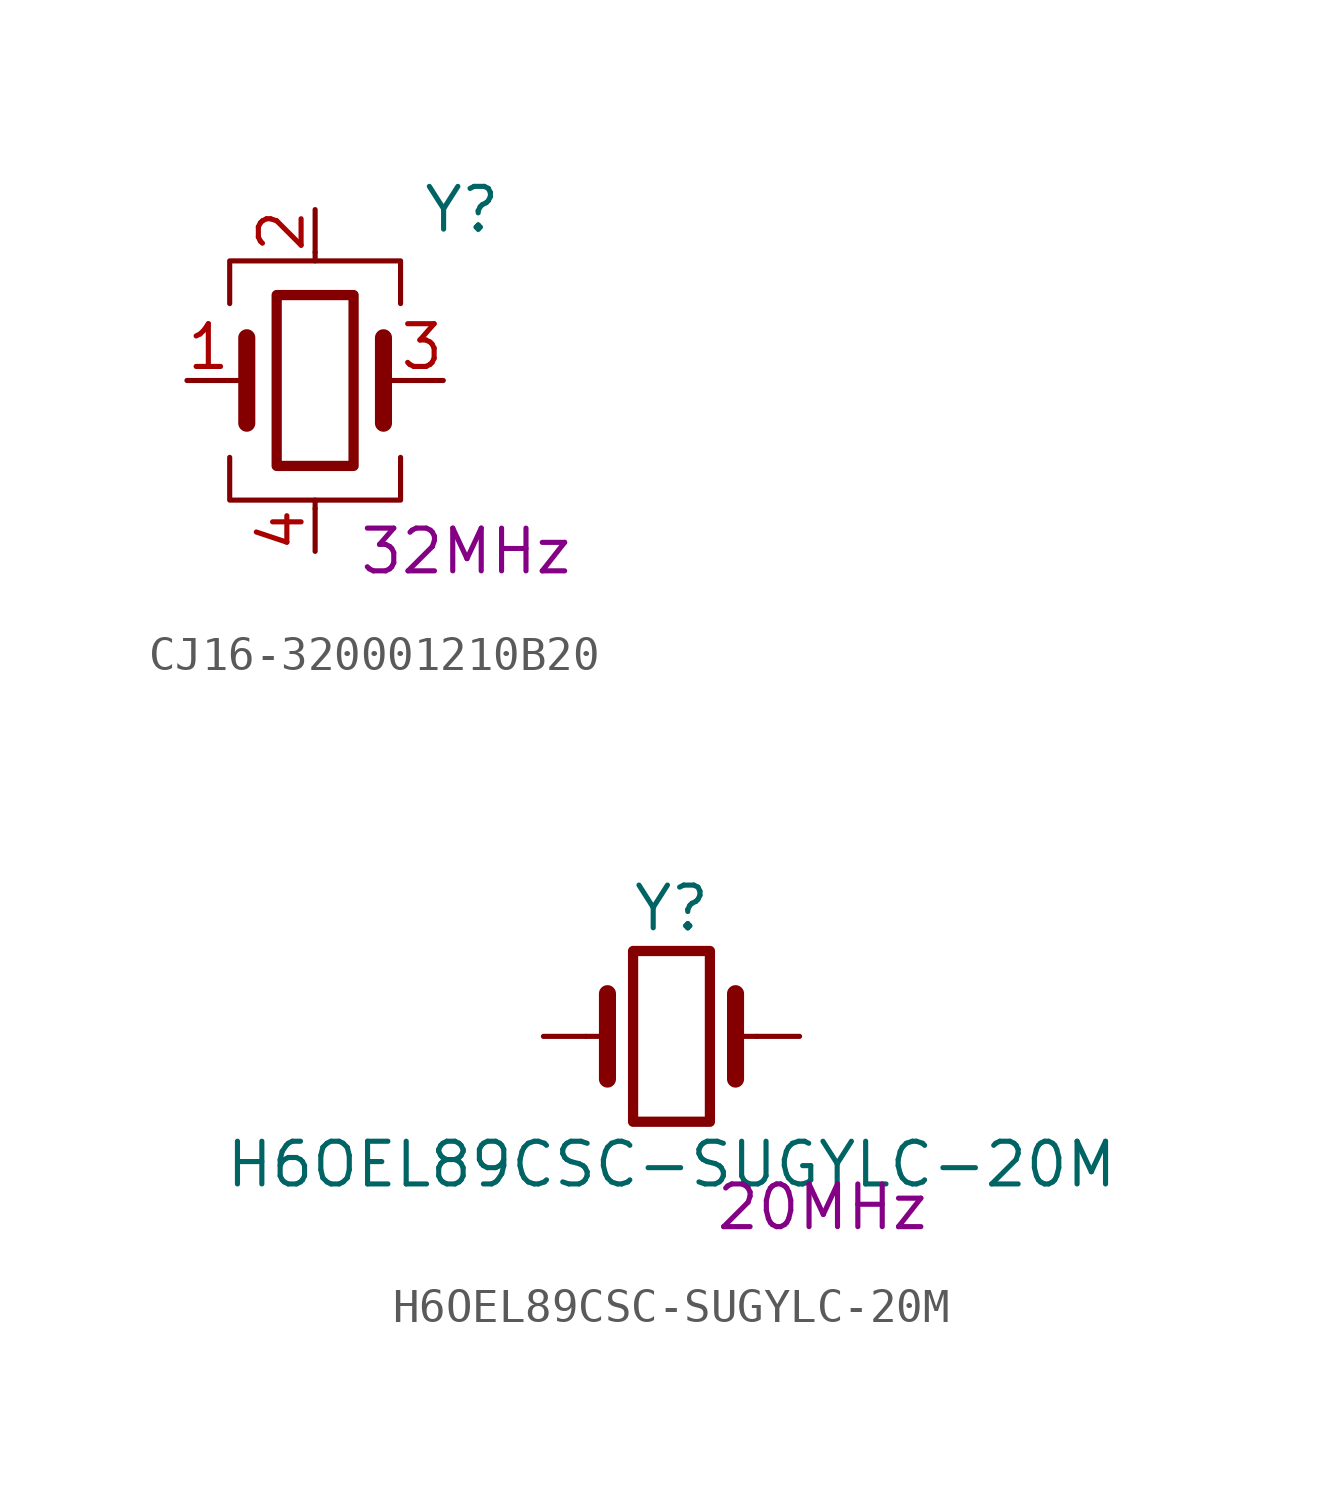
<source format=kicad_sym>
(kicad_symbol_lib
  (version 20220914)
  (generator kicad_symbol_editor)
  (symbol "CJ16-320001210B20"
    (pin_names
      (offset 1.016) hide)
    (property "Reference" "Y"
      (at 3.175 5.08 0)
      (effects (font (size 1.27 1.27)) (justify left)))
    (property "Frequency" "32MHz"
      (at 1.27 -5.08 0)
      (effects (font (size 1.27 1.27)) (justify left)))
    (symbol "CJ16-320001210B20_0_1"
      (rectangle (start -1.143 2.54) (end 1.143 -2.54) (stroke (width 0.305) (type default)) (fill (type none)))
      (polyline (pts (xy -2.54 0) (xy -2.032 0)) (stroke (width 0) (type default)) (fill (type none)))
      (polyline (pts (xy -2.032 -1.27) (xy -2.032 1.27)) (stroke (width 0.508) (type default)) (fill (type none)))
      (polyline (pts (xy 0 -3.81) (xy 0 -3.556)) (stroke (width 0) (type default)) (fill (type none)))
      (polyline (pts (xy 0 3.556) (xy 0 3.81)) (stroke (width 0) (type default)) (fill (type none)))
      (polyline (pts (xy 2.032 -1.27) (xy 2.032 1.27)) (stroke (width 0.508) (type default)) (fill (type none)))
      (polyline (pts (xy 2.032 0) (xy 2.54 0)) (stroke (width 0) (type default)) (fill (type none)))
      (polyline (pts (xy -2.54 -2.286) (xy -2.54 -3.556) (xy 2.54 -3.556) (xy 2.54 -2.286)) (stroke (width 0) (type default)) (fill (type none)))
      (polyline (pts (xy -2.54 2.286) (xy -2.54 3.556) (xy 2.54 3.556) (xy 2.54 2.286)) (stroke (width 0) (type default)) (fill (type none))))
    (symbol "CJ16-320001210B20_1_1"
      (pin passive line (at -3.81 0 0) (length 1.27) (name "1" (effects (font (size 1.27 1.27)))) (number "1" (effects (font (size 1.27 1.27)))))
      (pin passive line (at 0 5.08 270) (length 1.27) (name "2" (effects (font (size 1.27 1.27)))) (number "2" (effects (font (size 1.27 1.27)))))
      (pin passive line (at 3.81 0 180) (length 1.27) (name "3" (effects (font (size 1.27 1.27)))) (number "3" (effects (font (size 1.27 1.27)))))
      (pin passive line (at 0 -5.08 90) (length 1.27) (name "4" (effects (font (size 1.27 1.27)))) (number "4" (effects (font (size 1.27 1.27)))))))
  (symbol "H6OEL89CSC-SUGYLC-20M"
    (pin_numbers
      (hide yes))
    (pin_names
      (offset 1.016)
      (hide yes))
    (property "Reference" "Y"
      (at 0 3.81 0)
      (effects (font (size 1.27 1.27))))
    (property "Value" "H6OEL89CSC-SUGYLC-20M"
      (at 0 -3.81 0)
      (effects (font (size 1.27 1.27))))
    (property "Frequency" "20MHz"
      (at 1.27 -5.08 0)
      (effects (font (size 1.27 1.27)) (justify left)))
    (symbol "H6OEL89CSC-SUGYLC-20M_0_1"
      (polyline (pts (xy -2.54 0) (xy -1.905 0)) (stroke (width 0) (type default)) (fill (type none)))
      (polyline (pts (xy -1.905 -1.27) (xy -1.905 1.27)) (stroke (width 0.508) (type default)) (fill (type none)))
      (rectangle (start -1.143 2.54) (end 1.143 -2.54) (stroke (width 0.305) (type default)) (fill (type none)))
      (polyline (pts (xy 1.905 -1.27) (xy 1.905 1.27)) (stroke (width 0.508) (type default)) (fill (type none)))
      (polyline (pts (xy 2.54 0) (xy 1.905 0)) (stroke (width 0) (type default)) (fill (type none))))
    (symbol "H6OEL89CSC-SUGYLC-20M_1_1"
      (pin passive line (at -3.81 0 0) (length 1.27) (name "1" (effects (font (size 1.27 1.27)))) (number "1" (effects (font (size 1.27 1.27)))))
      (pin passive line (at 3.81 0 180) (length 1.27) (name "2" (effects (font (size 1.27 1.27)))) (number "2" (effects (font (size 1.27 1.27))))))))
</source>
